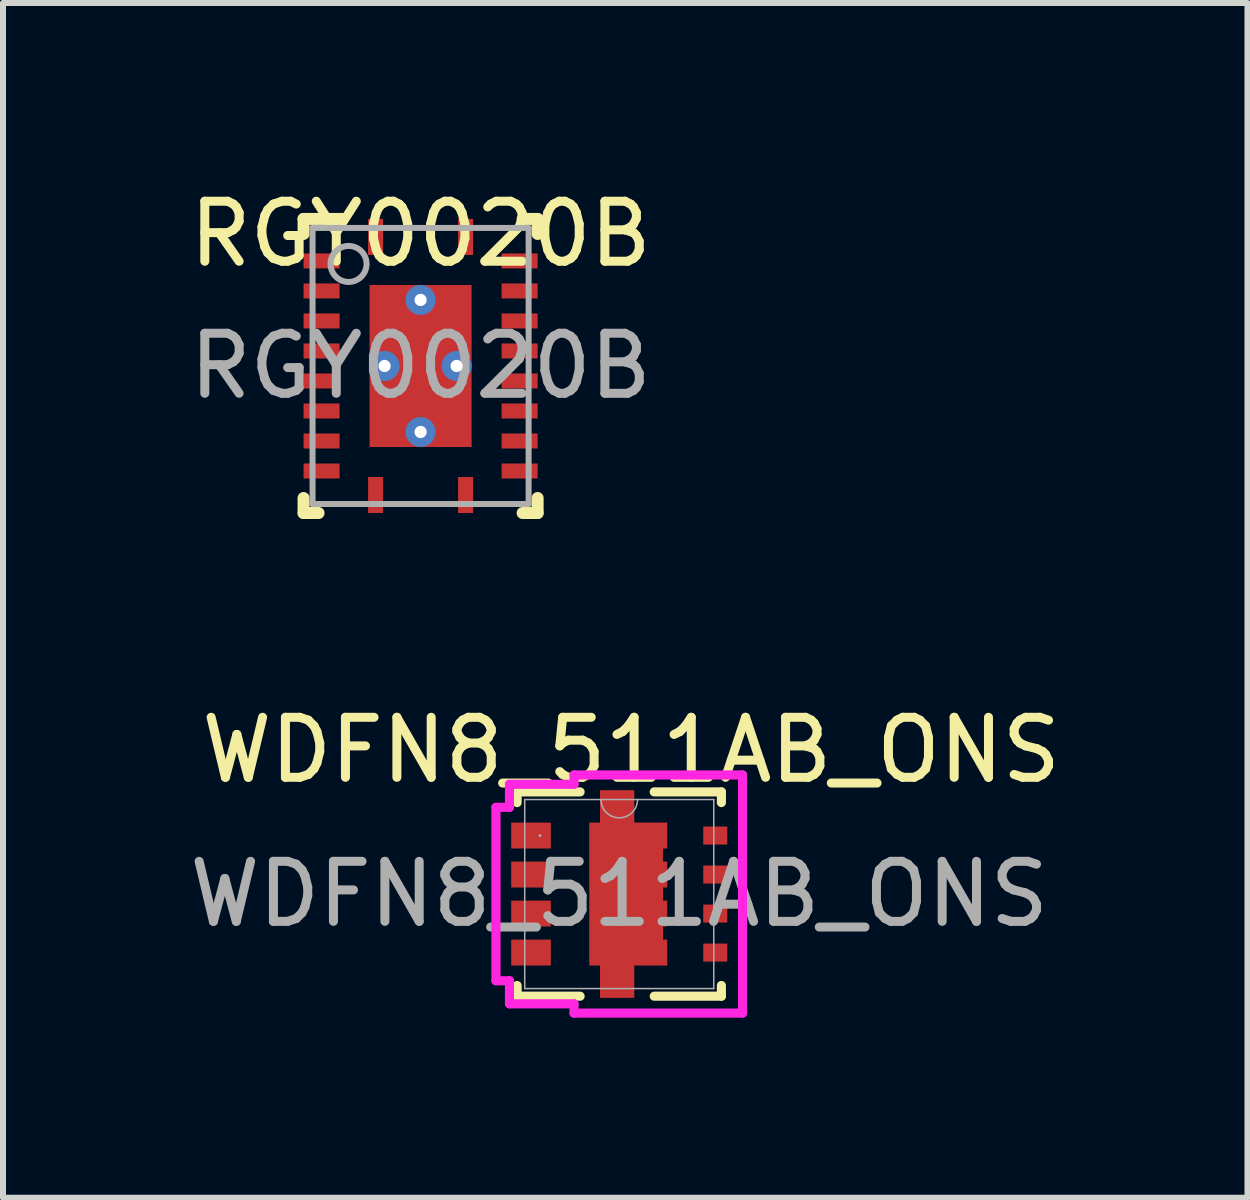
<source format=kicad_pcb>
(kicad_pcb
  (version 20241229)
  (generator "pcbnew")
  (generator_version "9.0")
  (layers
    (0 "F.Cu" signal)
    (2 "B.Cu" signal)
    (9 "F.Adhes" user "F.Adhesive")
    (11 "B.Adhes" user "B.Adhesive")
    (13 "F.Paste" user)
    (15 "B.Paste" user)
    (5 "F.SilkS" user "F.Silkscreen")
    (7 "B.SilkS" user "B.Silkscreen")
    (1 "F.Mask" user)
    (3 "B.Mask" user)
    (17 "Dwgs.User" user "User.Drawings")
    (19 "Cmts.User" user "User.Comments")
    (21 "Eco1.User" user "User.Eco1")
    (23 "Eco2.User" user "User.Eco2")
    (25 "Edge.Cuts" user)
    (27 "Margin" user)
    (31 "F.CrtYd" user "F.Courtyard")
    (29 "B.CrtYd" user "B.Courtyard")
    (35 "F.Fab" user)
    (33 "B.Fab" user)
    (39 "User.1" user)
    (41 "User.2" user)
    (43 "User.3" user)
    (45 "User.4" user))
  (footprint "RGY0020B"
    (layer "F.Cu")
    (at 3.958 3.048)
    (property "Reference" "RGY0020B" (at 0 -2.2 0) (unlocked yes) (layer "F.SilkS") (effects (font (size 1 1) (thickness 0.15))))
    (attr smd)
    (fp_line (start -1.95 -2.45) (end -1.3 -2.45) (stroke (width 0.2) (type solid)) (layer "F.SilkS"))
    (fp_line (start -1.95 -2.2) (end -1.95 -2.45) (stroke (width 0.2) (type solid)) (layer "F.SilkS"))
    (fp_line (start -1.95 2.45) (end -1.95 2.2) (stroke (width 0.2) (type solid)) (layer "F.SilkS"))
    (fp_line (start -1.95 2.45) (end -1.7 2.45) (stroke (width 0.2) (type solid)) (layer "F.SilkS"))
    (fp_line (start 1.7 -2.45) (end 1.95 -2.45) (stroke (width 0.2) (type solid)) (layer "F.SilkS"))
    (fp_line (start 1.7 2.45) (end 1.95 2.45) (stroke (width 0.2) (type solid)) (layer "F.SilkS"))
    (fp_line (start 1.95 -2.2) (end 1.95 -2.45) (stroke (width 0.2) (type solid)) (layer "F.SilkS"))
    (fp_line (start 1.95 2.45) (end 1.95 2.2) (stroke (width 0.2) (type solid)) (layer "F.SilkS"))
    (fp_poly (pts (xy -0.1 -1.261) (xy -0.1 -0.149) (xy -0.101 -0.139) (xy -0.104 -0.13) (xy -0.108 -0.122) (xy -0.114 -0.114) (xy -0.122 -0.108) (xy -0.13 -0.104) (xy -0.139 -0.101) (xy -0.149 -0.1) (xy -0.801 -0.1) (xy -0.811 -0.101) (xy -0.82 -0.104) (xy -0.828 -0.108) (xy -0.836 -0.114) (xy -0.842 -0.122) (xy -0.846 -0.13) (xy -0.849 -0.139) (xy -0.85 -0.149) (xy -0.85 -1.261) (xy -0.849 -1.271) (xy -0.846 -1.28) (xy -0.842 -1.288) (xy -0.836 -1.296) (xy -0.828 -1.302) (xy -0.82 -1.306) (xy -0.811 -1.309) (xy -0.801 -1.31) (xy -0.149 -1.31) (xy -0.139 -1.309) (xy -0.13 -1.306) (xy -0.122 -1.302) (xy -0.114 -1.296) (xy -0.108 -1.288) (xy -0.104 -1.28) (xy -0.101 -1.271)) (stroke (width 0) (type solid)) (fill yes) (layer "F.Paste"))
    (fp_poly (pts (xy -0.1 0.149) (xy -0.1 1.261) (xy -0.101 1.271) (xy -0.104 1.28) (xy -0.108 1.288) (xy -0.114 1.296) (xy -0.122 1.302) (xy -0.13 1.306) (xy -0.139 1.309) (xy -0.149 1.31) (xy -0.801 1.31) (xy -0.811 1.309) (xy -0.82 1.306) (xy -0.828 1.302) (xy -0.836 1.296) (xy -0.842 1.288) (xy -0.846 1.28) (xy -0.849 1.271) (xy -0.85 1.261) (xy -0.85 0.149) (xy -0.849 0.139) (xy -0.846 0.13) (xy -0.842 0.122) (xy -0.836 0.114) (xy -0.828 0.108) (xy -0.82 0.104) (xy -0.811 0.101) (xy -0.801 0.1) (xy -0.149 0.1) (xy -0.139 0.101) (xy -0.13 0.104) (xy -0.122 0.108) (xy -0.114 0.114) (xy -0.108 0.122) (xy -0.104 0.13) (xy -0.101 0.139)) (stroke (width 0) (type solid)) (fill yes) (layer "F.Paste"))
    (fp_poly (pts (xy 0.1 -0.149) (xy 0.1 -1.261) (xy 0.101 -1.271) (xy 0.104 -1.28) (xy 0.108 -1.288) (xy 0.114 -1.296) (xy 0.122 -1.302) (xy 0.13 -1.306) (xy 0.139 -1.309) (xy 0.149 -1.31) (xy 0.801 -1.31) (xy 0.811 -1.309) (xy 0.82 -1.306) (xy 0.828 -1.302) (xy 0.836 -1.296) (xy 0.842 -1.288) (xy 0.846 -1.28) (xy 0.849 -1.271) (xy 0.85 -1.261) (xy 0.85 -0.149) (xy 0.849 -0.139) (xy 0.846 -0.13) (xy 0.842 -0.122) (xy 0.836 -0.114) (xy 0.828 -0.108) (xy 0.82 -0.104) (xy 0.811 -0.101) (xy 0.801 -0.1) (xy 0.149 -0.1) (xy 0.139 -0.101) (xy 0.13 -0.104) (xy 0.122 -0.108) (xy 0.114 -0.114) (xy 0.108 -0.122) (xy 0.104 -0.13) (xy 0.101 -0.139)) (stroke (width 0) (type solid)) (fill yes) (layer "F.Paste"))
    (fp_poly (pts (xy 0.1 1.261) (xy 0.1 0.149) (xy 0.101 0.139) (xy 0.104 0.13) (xy 0.108 0.122) (xy 0.114 0.114) (xy 0.122 0.108) (xy 0.13 0.104) (xy 0.139 0.101) (xy 0.149 0.1) (xy 0.801 0.1) (xy 0.811 0.101) (xy 0.82 0.104) (xy 0.828 0.108) (xy 0.836 0.114) (xy 0.842 0.122) (xy 0.846 0.13) (xy 0.849 0.139) (xy 0.85 0.149) (xy 0.85 1.261) (xy 0.849 1.271) (xy 0.846 1.28) (xy 0.842 1.288) (xy 0.836 1.296) (xy 0.828 1.302) (xy 0.82 1.306) (xy 0.811 1.309) (xy 0.801 1.31) (xy 0.149 1.31) (xy 0.139 1.309) (xy 0.13 1.306) (xy 0.122 1.302) (xy 0.114 1.296) (xy 0.108 1.288) (xy 0.104 1.28) (xy 0.101 1.271)) (stroke (width 0) (type solid)) (fill yes) (layer "F.Paste"))
    (fp_line (start -1.8 -2.3) (end 1.8 -2.3) (stroke (width 0.1) (type solid)) (layer "F.Fab"))
    (fp_line (start -1.8 2.3) (end -1.8 -2.3) (stroke (width 0.1) (type solid)) (layer "F.Fab"))
    (fp_line (start -1.8 2.3) (end 1.8 2.3) (stroke (width 0.1) (type solid)) (layer "F.Fab"))
    (fp_line (start 1.8 2.3) (end 1.8 -2.3) (stroke (width 0.1) (type solid)) (layer "F.Fab"))
    (fp_circle (center -1.2 -1.7) (end -0.9 -1.7) (stroke (width 0.1) (type solid)) (fill no) (layer "F.Fab"))
    (fp_text user "${REFERENCE}" (at 0 0 0) (unlocked yes) (layer "F.Fab") (effects (font (size 1 1) (thickness 0.15))))
    (pad "1" smd rect (at -0.75 -2.15) (size 0.25 0.6) (layers "F.Cu" "F.Mask" "F.Paste"))
    (pad "2" smd rect (at -1.65 -1.75 90) (size 0.25 0.6) (layers "F.Cu" "F.Mask" "F.Paste"))
    (pad "3" smd rect (at -1.65 -1.25 90) (size 0.25 0.6) (layers "F.Cu" "F.Mask" "F.Paste"))
    (pad "4" smd rect (at -1.65 -0.75 90) (size 0.25 0.6) (layers "F.Cu" "F.Mask" "F.Paste"))
    (pad "5" smd rect (at -1.65 -0.25 90) (size 0.25 0.6) (layers "F.Cu" "F.Mask" "F.Paste"))
    (pad "6" smd rect (at -1.65 0.25 90) (size 0.25 0.6) (layers "F.Cu" "F.Mask" "F.Paste"))
    (pad "7" smd rect (at -1.65 0.75 90) (size 0.25 0.6) (layers "F.Cu" "F.Mask" "F.Paste"))
    (pad "8" smd rect (at -1.65 1.25 90) (size 0.25 0.6) (layers "F.Cu" "F.Mask" "F.Paste"))
    (pad "9" smd rect (at -1.65 1.75 90) (size 0.25 0.6) (layers "F.Cu" "F.Mask" "F.Paste"))
    (pad "10" smd rect (at -0.75 2.15) (size 0.25 0.6) (layers "F.Cu" "F.Mask" "F.Paste"))
    (pad "11" smd rect (at 0.75 2.15) (size 0.25 0.6) (layers "F.Cu" "F.Mask" "F.Paste"))
    (pad "12" thru_hole circle (at -0.6 0) (size 0.5 0.5) (drill 0.203) (layers "*.Cu" "*.Mask"))
    (pad "12" thru_hole circle (at 0 -1.1) (size 0.5 0.5) (drill 0.203) (layers "*.Cu" "*.Mask"))
    (pad "12" thru_hole circle (at 0 1.1) (size 0.5 0.5) (drill 0.203) (layers "*.Cu" "*.Mask"))
    (pad "12" thru_hole circle (at 0.6 0) (size 0.5 0.5) (drill 0.203) (layers "*.Cu" "*.Mask"))
    (pad "12" smd rect (at 1.65 1.75 90) (size 0.25 0.6) (layers "F.Cu" "F.Mask" "F.Paste"))
    (pad "13" smd rect (at 1.65 1.25 90) (size 0.25 0.6) (layers "F.Cu" "F.Mask" "F.Paste"))
    (pad "14" smd rect (at 1.65 0.75 90) (size 0.25 0.6) (layers "F.Cu" "F.Mask" "F.Paste"))
    (pad "15" smd rect (at 1.65 0.25 90) (size 0.25 0.6) (layers "F.Cu" "F.Mask" "F.Paste"))
    (pad "16" smd rect (at 1.65 -0.25 90) (size 0.25 0.6) (layers "F.Cu" "F.Mask" "F.Paste"))
    (pad "17" smd rect (at 1.65 -0.75 90) (size 0.25 0.6) (layers "F.Cu" "F.Mask" "F.Paste"))
    (pad "18" smd rect (at 1.65 -1.25 90) (size 0.25 0.6) (layers "F.Cu" "F.Mask" "F.Paste"))
    (pad "19" smd rect (at 1.65 -1.75 90) (size 0.25 0.6) (layers "F.Cu" "F.Mask" "F.Paste"))
    (pad "20" smd rect (at 0.75 -2.15) (size 0.25 0.6) (layers "F.Cu" "F.Mask" "F.Paste"))
    (pad "21" smd rect (at 0 0) (size 1.7 2.7) (layers "F.Cu" "F.Mask")))
  (footprint "WDFN8_511AB_ONS"
    (layer "F.Cu")
    (at 7.268 11.847)
    (property "Reference" "WDFN8_511AB_ONS" (at 0.2 -2.4 0) (unlocked yes) (layer "F.SilkS") (effects (font (size 1 1) (thickness 0.15))))
    (attr smd)
    (fp_poly (pts (xy -0.32 -1.73) (xy 0.251 -1.73) (xy 0.251 -1.191) (xy 0.8 -1.191) (xy 0.8 -0.759) (xy 0.73 -0.759) (xy 0.73 -0.541) (xy 0.8 -0.541) (xy 0.8 -0.109) (xy 0.73 -0.109) (xy 0.73 0.109) (xy 0.8 0.109) (xy 0.8 0.541) (xy 0.73 0.541) (xy 0.73 0.759) (xy 0.8 0.759) (xy 0.8 1.191) (xy 0.251 1.191) (xy 0.251 1.73) (xy -0.32 1.73) (xy -0.32 1.191) (xy -0.499 1.191) (xy -0.499 -1.191) (xy -0.32 -1.191)) (stroke (width 0) (type solid)) (fill yes) (layer "F.Cu"))
    (fp_poly (pts (xy -0.32 -1.73) (xy 0.251 -1.73) (xy 0.251 -1.191) (xy 1.8 -1.191) (xy 1.8 -0.759) (xy 1.33 -0.759) (xy 1.33 -0.541) (xy 1.8 -0.541) (xy 1.8 -0.109) (xy 1.33 -0.109) (xy 1.33 0.109) (xy 1.8 0.109) (xy 1.8 0.541) (xy 1.33 0.541) (xy 1.33 0.759) (xy 1.8 0.759) (xy 1.8 1.191) (xy 0.251 1.191) (xy 0.251 1.73) (xy -0.32 1.73) (xy -0.32 1.191) (xy -0.499 1.191) (xy -0.499 -1.191) (xy -0.32 -1.191)) (stroke (width 0) (type solid)) (fill yes) (layer "F.Mask"))
    (fp_line (start -1.702 -1.702) (end -0.652 -1.702) (stroke (width 0.152) (type solid)) (layer "F.SilkS"))
    (fp_line (start -1.702 -1.524) (end -1.702 -1.702) (stroke (width 0.152) (type solid)) (layer "F.SilkS"))
    (fp_line (start -1.702 1.702) (end -1.702 1.524) (stroke (width 0.152) (type solid)) (layer "F.SilkS"))
    (fp_line (start -0.652 1.702) (end -1.702 1.702) (stroke (width 0.152) (type solid)) (layer "F.SilkS"))
    (fp_line (start 0.583 -1.702) (end 1.702 -1.702) (stroke (width 0.152) (type solid)) (layer "F.SilkS"))
    (fp_line (start 1.702 -1.702) (end 1.702 -1.524) (stroke (width 0.152) (type solid)) (layer "F.SilkS"))
    (fp_line (start 1.702 1.524) (end 1.702 1.702) (stroke (width 0.152) (type solid)) (layer "F.SilkS"))
    (fp_line (start 1.702 1.702) (end 0.583 1.702) (stroke (width 0.152) (type solid)) (layer "F.SilkS"))
    (fp_poly (pts (xy -0.32 -1.73) (xy 0.251 -1.73) (xy 0.251 -1.191) (xy 1.8 -1.191) (xy 1.8 -0.759) (xy 1.33 -0.759) (xy 1.33 -0.541) (xy 1.8 -0.541) (xy 1.8 -0.109) (xy 1.33 -0.109) (xy 1.33 0.109) (xy 1.8 0.109) (xy 1.8 0.541) (xy 1.33 0.541) (xy 1.33 0.759) (xy 1.8 0.759) (xy 1.8 1.191) (xy 0.251 1.191) (xy 0.251 1.73) (xy -0.32 1.73) (xy -0.32 1.191) (xy -0.499 1.191) (xy -0.499 -1.191) (xy -0.32 -1.191)) (stroke (width 0) (type solid)) (fill yes) (layer "F.Paste"))
    (fp_line (start -2.054 -1.445) (end -2.054 1.445) (stroke (width 0.152) (type solid)) (layer "F.CrtYd"))
    (fp_line (start -2.054 1.445) (end -1.829 1.445) (stroke (width 0.152) (type solid)) (layer "F.CrtYd"))
    (fp_line (start -1.829 -1.829) (end -1.829 -1.445) (stroke (width 0.152) (type solid)) (layer "F.CrtYd"))
    (fp_line (start -1.829 -1.445) (end -2.054 -1.445) (stroke (width 0.152) (type solid)) (layer "F.CrtYd"))
    (fp_line (start -1.829 1.445) (end -1.829 1.829) (stroke (width 0.152) (type solid)) (layer "F.CrtYd"))
    (fp_line (start -1.829 1.829) (end -0.753 1.829) (stroke (width 0.152) (type solid)) (layer "F.CrtYd"))
    (fp_line (start -0.753 -1.829) (end -1.829 -1.829) (stroke (width 0.152) (type solid)) (layer "F.CrtYd"))
    (fp_line (start -0.753 -1.829) (end -0.753 -1.984) (stroke (width 0.152) (type solid)) (layer "F.CrtYd"))
    (fp_line (start -0.753 1.829) (end -0.753 1.984) (stroke (width 0.152) (type solid)) (layer "F.CrtYd"))
    (fp_line (start -0.753 1.984) (end 2.054 1.984) (stroke (width 0.152) (type solid)) (layer "F.CrtYd"))
    (fp_line (start 2.054 -1.984) (end -0.753 -1.984) (stroke (width 0.152) (type solid)) (layer "F.CrtYd"))
    (fp_line (start 2.054 1.984) (end 2.054 -1.984) (stroke (width 0.152) (type solid)) (layer "F.CrtYd"))
    (fp_line (start -1.575 -1.575) (end -1.575 1.575) (stroke (width 0.025) (type solid)) (layer "F.Fab"))
    (fp_line (start -1.575 1.575) (end 1.575 1.575) (stroke (width 0.025) (type solid)) (layer "F.Fab"))
    (fp_line (start 1.575 -1.575) (end -1.575 -1.575) (stroke (width 0.025) (type solid)) (layer "F.Fab"))
    (fp_line (start 1.575 1.575) (end 1.575 -1.575) (stroke (width 0.025) (type solid)) (layer "F.Fab"))
    (fp_arc (start 0.3048 -1.5748) (mid 0 -1.27) (end -0.3048 -1.5748) (stroke (width 0.0254) (type solid)) (layer "F.Fab"))
    (fp_circle (center -1.321 -0.975) (end -1.321 -0.975) (stroke (width 0.025) (type solid)) (fill no) (layer "F.Fab"))
    (fp_text user "${REFERENCE}" (at 0 0 0) (unlocked yes) (layer "F.Fab") (effects (font (size 1 1) (thickness 0.15))))
    (pad "1" smd rect (at -1.47 -0.975) (size 0.66 0.432) (layers "F.Cu" "F.Mask" "F.Paste"))
    (pad "2" smd rect (at -1.47 -0.325) (size 0.66 0.432) (layers "F.Cu" "F.Mask" "F.Paste"))
    (pad "3" smd rect (at -1.47 0.325) (size 0.66 0.432) (layers "F.Cu" "F.Mask" "F.Paste"))
    (pad "4" smd rect (at -1.47 0.975) (size 0.66 0.432) (layers "F.Cu" "F.Mask" "F.Paste"))
    (pad "5" smd rect (at 1.6 0.975) (size 0.4 0.3) (layers "F.Cu" "F.Mask" "F.Paste"))
    (pad "6" smd rect (at 1.6 0.325) (size 0.4 0.3) (layers "F.Cu" "F.Mask" "F.Paste"))
    (pad "7" smd rect (at 1.6 -0.325) (size 0.4 0.3) (layers "F.Cu" "F.Mask" "F.Paste"))
    (pad "8" smd rect (at 1.6 -0.975) (size 0.4 0.3) (layers "F.Cu" "F.Mask" "F.Paste")))
  (gr_rect
    (start -3 -3)
    (end 17.736 16.907)
    (stroke (width 0.1) (type default))
    (fill no)
    (layer "Edge.Cuts")))
</source>
